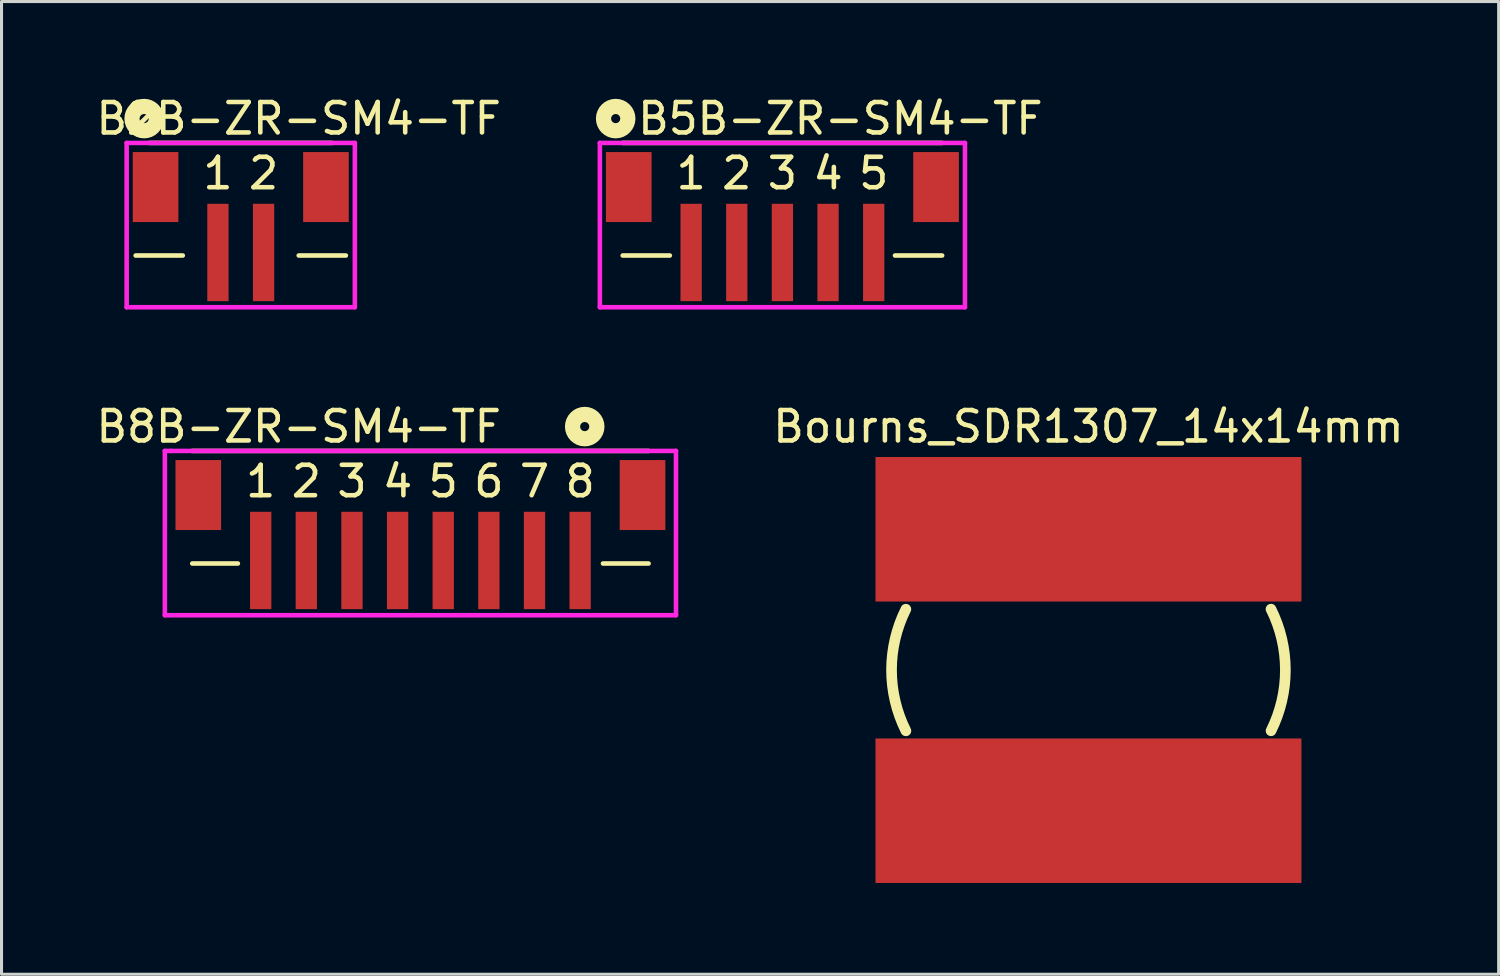
<source format=kicad_pcb>
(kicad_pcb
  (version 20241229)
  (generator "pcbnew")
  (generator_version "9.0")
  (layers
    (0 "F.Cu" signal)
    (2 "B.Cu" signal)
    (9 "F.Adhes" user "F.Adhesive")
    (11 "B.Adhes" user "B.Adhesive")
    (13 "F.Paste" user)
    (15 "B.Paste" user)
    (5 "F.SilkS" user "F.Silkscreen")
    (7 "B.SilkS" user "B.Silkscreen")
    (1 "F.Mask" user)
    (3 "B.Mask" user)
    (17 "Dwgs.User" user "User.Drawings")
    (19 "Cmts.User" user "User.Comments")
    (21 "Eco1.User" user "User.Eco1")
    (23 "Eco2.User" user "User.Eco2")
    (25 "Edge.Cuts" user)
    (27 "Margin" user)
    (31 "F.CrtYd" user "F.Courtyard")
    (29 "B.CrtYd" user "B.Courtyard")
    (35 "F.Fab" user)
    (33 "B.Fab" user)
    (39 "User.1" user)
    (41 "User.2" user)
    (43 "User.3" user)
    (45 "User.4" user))
  (footprint "B5B-ZR-SM4-TF"
    (layer "F.Cu")
    (at 22.666 3.648)
    (property "Reference" "B5B-ZR-SM4-TF" (at 1.905 -2.8 0) (layer "F.SilkS") (effects (font (size 1 1) (thickness 0.15))))
    (attr through_hole)
    (fp_line (start -5.25 -2) (end 5.25 -2) (stroke (width 0.15) (type solid)) (layer "F.SilkS"))
    (fp_line (start -5.25 1.7) (end -3.7 1.7) (stroke (width 0.15) (type solid)) (layer "F.SilkS"))
    (fp_line (start 3.7 1.7) (end 5.25 1.7) (stroke (width 0.15) (type solid)) (layer "F.SilkS"))
    (fp_circle (center -5.48 -2.8) (end -5.08 -2.8) (stroke (width 0.5) (type solid)) (fill no) (layer "F.SilkS"))
    (fp_line (start -6 -2) (end -6 3.4) (stroke (width 0.15) (type solid)) (layer "F.CrtYd"))
    (fp_line (start -6 3.4) (end 6 3.4) (stroke (width 0.15) (type solid)) (layer "F.CrtYd"))
    (fp_line (start 6 -2) (end -6 -2) (stroke (width 0.15) (type solid)) (layer "F.CrtYd"))
    (fp_line (start 6 3.4) (end 6 -2) (stroke (width 0.15) (type solid)) (layer "F.CrtYd"))
    (fp_text user "5" (at 3 -1 0) (layer "F.SilkS") (effects (font (size 1 1) (thickness 0.15))))
    (fp_text user "2" (at -1.5 -1 0) (layer "F.SilkS") (effects (font (size 1 1) (thickness 0.15))))
    (fp_text user "4" (at 1.5 -1 0) (layer "F.SilkS") (effects (font (size 1 1) (thickness 0.15))))
    (fp_text user "3" (at 0 -1 0) (layer "F.SilkS") (effects (font (size 1 1) (thickness 0.15))))
    (fp_text user "1" (at -3 -1 0) (layer "F.SilkS") (effects (font (size 1 1) (thickness 0.15))))
    (pad "1" smd rect (at -3 1.6) (size 0.7 3.2) (layers "F.Cu" "F.Mask" "F.Paste"))
    (pad "2" smd rect (at -1.5 1.6) (size 0.7 3.2) (layers "F.Cu" "F.Mask" "F.Paste"))
    (pad "3" smd rect (at 0 1.6) (size 0.7 3.2) (layers "F.Cu" "F.Mask" "F.Paste"))
    (pad "4" smd rect (at 1.5 1.6) (size 0.7 3.2) (layers "F.Cu" "F.Mask" "F.Paste"))
    (pad "5" smd rect (at 3 1.6) (size 0.7 3.2) (layers "F.Cu" "F.Mask" "F.Paste"))
    (pad "NC1" smd rect (at 5.05 -0.55) (size 1.5 2.3) (layers "F.Cu" "F.Mask" "F.Paste"))
    (pad "NC2" smd rect (at -5.05 -0.55) (size 1.5 2.3) (layers "F.Cu" "F.Mask" "F.Paste")))
  (footprint "B8B-ZR-SM4-TF"
    (layer "F.Cu")
    (at 10.768 13.771)
    (property "Reference" "B8B-ZR-SM4-TF" (at -4 -2.8 0) (layer "F.SilkS") (effects (font (size 1 1) (thickness 0.15))))
    (attr through_hole)
    (fp_line (start -7.5 -2) (end 7.5 -2) (stroke (width 0.15) (type solid)) (layer "F.SilkS"))
    (fp_line (start -7.5 1.7) (end -6 1.7) (stroke (width 0.15) (type solid)) (layer "F.SilkS"))
    (fp_line (start 6 1.7) (end 7.5 1.7) (stroke (width 0.15) (type solid)) (layer "F.SilkS"))
    (fp_circle (center 5.4 -2.8) (end 5.8 -2.8) (stroke (width 0.5) (type solid)) (fill no) (layer "F.SilkS"))
    (fp_line (start -8.4 -2) (end -8.4 3.4) (stroke (width 0.15) (type solid)) (layer "F.CrtYd"))
    (fp_line (start -8.4 3.4) (end 8.4 3.4) (stroke (width 0.15) (type solid)) (layer "F.CrtYd"))
    (fp_line (start -8.2 -2) (end -8.4 -2) (stroke (width 0.15) (type solid)) (layer "F.CrtYd"))
    (fp_line (start 8.4 -2) (end -8.2 -2) (stroke (width 0.15) (type solid)) (layer "F.CrtYd"))
    (fp_line (start 8.4 3.4) (end 8.4 -2) (stroke (width 0.15) (type solid)) (layer "F.CrtYd"))
    (fp_text user "2" (at -3.75 -1 0) (layer "F.SilkS") (effects (font (size 1 1) (thickness 0.15))))
    (fp_text user "3" (at -2.25 -1 0) (layer "F.SilkS") (effects (font (size 1 1) (thickness 0.15))))
    (fp_text user "1" (at -5.25 -1 0) (layer "F.SilkS") (effects (font (size 1 1) (thickness 0.15))))
    (fp_text user "8" (at 5.25 -1 0) (layer "F.SilkS") (effects (font (size 1 1) (thickness 0.15))))
    (fp_text user "4" (at -0.75 -1 0) (layer "F.SilkS") (effects (font (size 1 1) (thickness 0.15))))
    (fp_text user "5" (at 0.75 -1 0) (layer "F.SilkS") (effects (font (size 1 1) (thickness 0.15))))
    (fp_text user "6" (at 2.25 -1 0) (layer "F.SilkS") (effects (font (size 1 1) (thickness 0.15))))
    (fp_text user "7" (at 3.75 -1 0) (layer "F.SilkS") (effects (font (size 1 1) (thickness 0.15))))
    (pad "1" smd rect (at -5.25 1.6) (size 0.7 3.2) (layers "F.Cu" "F.Mask" "F.Paste"))
    (pad "2" smd rect (at -3.75 1.6) (size 0.7 3.2) (layers "F.Cu" "F.Mask" "F.Paste"))
    (pad "3" smd rect (at -2.25 1.6) (size 0.7 3.2) (layers "F.Cu" "F.Mask" "F.Paste"))
    (pad "4" smd rect (at -0.75 1.6) (size 0.7 3.2) (layers "F.Cu" "F.Mask" "F.Paste"))
    (pad "5" smd rect (at 0.75 1.6) (size 0.7 3.2) (layers "F.Cu" "F.Mask" "F.Paste"))
    (pad "6" smd rect (at 2.25 1.6) (size 0.7 3.2) (layers "F.Cu" "F.Mask" "F.Paste"))
    (pad "7" smd rect (at 3.75 1.6) (size 0.7 3.2) (layers "F.Cu" "F.Mask" "F.Paste"))
    (pad "8" smd rect (at 5.25 1.6) (size 0.7 3.2) (layers "F.Cu" "F.Mask" "F.Paste"))
    (pad "NC1" smd rect (at 7.3 -0.55) (size 1.5 2.3) (layers "F.Cu" "F.Mask" "F.Paste"))
    (pad "NC2" smd rect (at -7.3 -0.55) (size 1.5 2.3) (layers "F.Cu" "F.Mask" "F.Paste")))
  (footprint "B2B-ZR-SM4-TF"
    (layer "F.Cu")
    (at 4.863 3.648)
    (property "Reference" "B2B-ZR-SM4-TF" (at 1.905 -2.8 0) (layer "F.SilkS") (effects (font (size 1 1) (thickness 0.15))))
    (attr through_hole)
    (fp_line (start -3.455 1.7) (end -1.905 1.7) (stroke (width 0.15) (type solid)) (layer "F.SilkS"))
    (fp_line (start -3 -2) (end 3 -2) (stroke (width 0.15) (type solid)) (layer "F.SilkS"))
    (fp_line (start 1.905 1.7) (end 3.455 1.7) (stroke (width 0.15) (type solid)) (layer "F.SilkS"))
    (fp_circle (center -3.175 -2.8) (end -2.775 -2.8) (stroke (width 0.5) (type solid)) (fill no) (layer "F.SilkS"))
    (fp_line (start -3.75 -2) (end -3.75 3.4) (stroke (width 0.15) (type solid)) (layer "F.CrtYd"))
    (fp_line (start -3.75 3.4) (end 3.75 3.4) (stroke (width 0.15) (type solid)) (layer "F.CrtYd"))
    (fp_line (start 3.75 -2) (end -3.75 -2) (stroke (width 0.15) (type solid)) (layer "F.CrtYd"))
    (fp_line (start 3.75 3.4) (end 3.75 -2) (stroke (width 0.15) (type solid)) (layer "F.CrtYd"))
    (fp_text user "1" (at -0.75 -1 0) (layer "F.SilkS") (effects (font (size 1 1) (thickness 0.15))))
    (fp_text user "2" (at 0.75 -1 0) (layer "F.SilkS") (effects (font (size 1 1) (thickness 0.15))))
    (pad "1" smd rect (at -0.75 1.6) (size 0.7 3.2) (layers "F.Cu" "F.Mask" "F.Paste"))
    (pad "2" smd rect (at 0.75 1.6) (size 0.7 3.2) (layers "F.Cu" "F.Mask" "F.Paste"))
    (pad "NC1" smd rect (at 2.8 -0.55) (size 1.5 2.3) (layers "F.Cu" "F.Mask" "F.Paste"))
    (pad "NC2" smd rect (at -2.8 -0.55) (size 1.5 2.3) (layers "F.Cu" "F.Mask" "F.Paste")))
  (footprint "Bourns_SDR1307_14x14mm"
    (layer "F.Cu")
    (at 32.725 18.971)
    (property "Reference" "Bourns_SDR1307_14x14mm" (at 0 -8 0) (layer "F.SilkS") (effects (font (size 1 1) (thickness 0.15))))
    (attr through_hole)
    (fp_arc (start -6 2) (mid -6.472136 0.001175) (end -6.00105 -1.997898) (stroke (width 0.35) (type solid)) (layer "F.SilkS"))
    (fp_arc (start 6 -2) (mid 6.472136 -0.001175) (end 6.00105 1.997898) (stroke (width 0.35) (type solid)) (layer "F.SilkS"))
    (pad "1" smd rect (at 0 -4.625) (size 14 4.75) (layers "F.Cu" "F.Mask" "F.Paste"))
    (pad "2" smd rect (at 0 4.625) (size 14 4.75) (layers "F.Cu" "F.Mask" "F.Paste")))
  (gr_rect
    (start -3 -3)
    (end 46.207 28.971)
    (stroke (width 0.1) (type default))
    (fill no)
    (layer "Edge.Cuts")))
</source>
